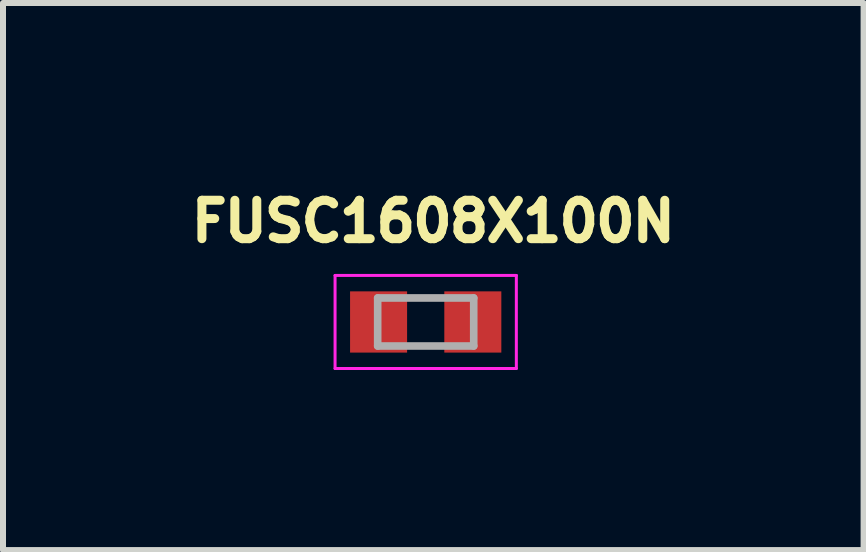
<source format=kicad_pcb>
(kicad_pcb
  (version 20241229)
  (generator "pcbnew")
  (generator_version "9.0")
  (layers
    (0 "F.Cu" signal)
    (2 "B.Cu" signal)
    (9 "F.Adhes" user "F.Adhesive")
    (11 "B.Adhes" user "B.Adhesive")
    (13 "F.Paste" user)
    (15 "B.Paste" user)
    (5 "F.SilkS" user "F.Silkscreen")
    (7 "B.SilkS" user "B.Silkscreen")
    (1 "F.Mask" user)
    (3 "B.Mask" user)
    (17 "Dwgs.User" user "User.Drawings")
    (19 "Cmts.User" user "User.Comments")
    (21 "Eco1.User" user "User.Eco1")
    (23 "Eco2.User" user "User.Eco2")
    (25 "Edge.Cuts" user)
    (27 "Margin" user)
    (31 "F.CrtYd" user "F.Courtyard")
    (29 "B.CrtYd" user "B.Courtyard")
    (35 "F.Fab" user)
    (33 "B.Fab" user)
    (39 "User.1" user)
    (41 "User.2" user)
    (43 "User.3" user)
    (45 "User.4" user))
  (footprint "FUSC1608X100N"
    (layer "F.Cu")
    (at 4.042 2.314)
    (property "Reference" "FUSC1608X100N" (at 0.127 -1.676 0) (layer "F.SilkS") (effects (font (size 0.64 0.64) (thickness 0.15))))
    (attr smd)
    (fp_line (start -1.51 -0.775) (end 1.51 -0.775) (stroke (width 0.05) (type solid)) (layer "F.CrtYd"))
    (fp_line (start -1.51 0.775) (end -1.51 -0.775) (stroke (width 0.05) (type solid)) (layer "F.CrtYd"))
    (fp_line (start 1.51 -0.775) (end 1.51 0.775) (stroke (width 0.05) (type solid)) (layer "F.CrtYd"))
    (fp_line (start 1.51 0.775) (end -1.51 0.775) (stroke (width 0.05) (type solid)) (layer "F.CrtYd"))
    (fp_line (start -0.8 -0.4) (end 0.8 -0.4) (stroke (width 0.127) (type solid)) (layer "F.Fab"))
    (fp_line (start -0.8 0.4) (end -0.8 -0.4) (stroke (width 0.127) (type solid)) (layer "F.Fab"))
    (fp_line (start 0.8 -0.4) (end 0.8 0.4) (stroke (width 0.127) (type solid)) (layer "F.Fab"))
    (fp_line (start 0.8 0.4) (end -0.8 0.4) (stroke (width 0.127) (type solid)) (layer "F.Fab"))
    (pad "1" smd rect (at -0.785 0) (size 0.95 1.02) (layers "F.Cu" "F.Mask" "F.Paste"))
    (pad "2" smd rect (at 0.785 0) (size 0.95 1.02) (layers "F.Cu" "F.Mask" "F.Paste")))
  (gr_rect
    (start -3 -3)
    (end 11.337 6.114)
    (stroke (width 0.1) (type default))
    (fill no)
    (layer "Edge.Cuts")))
</source>
